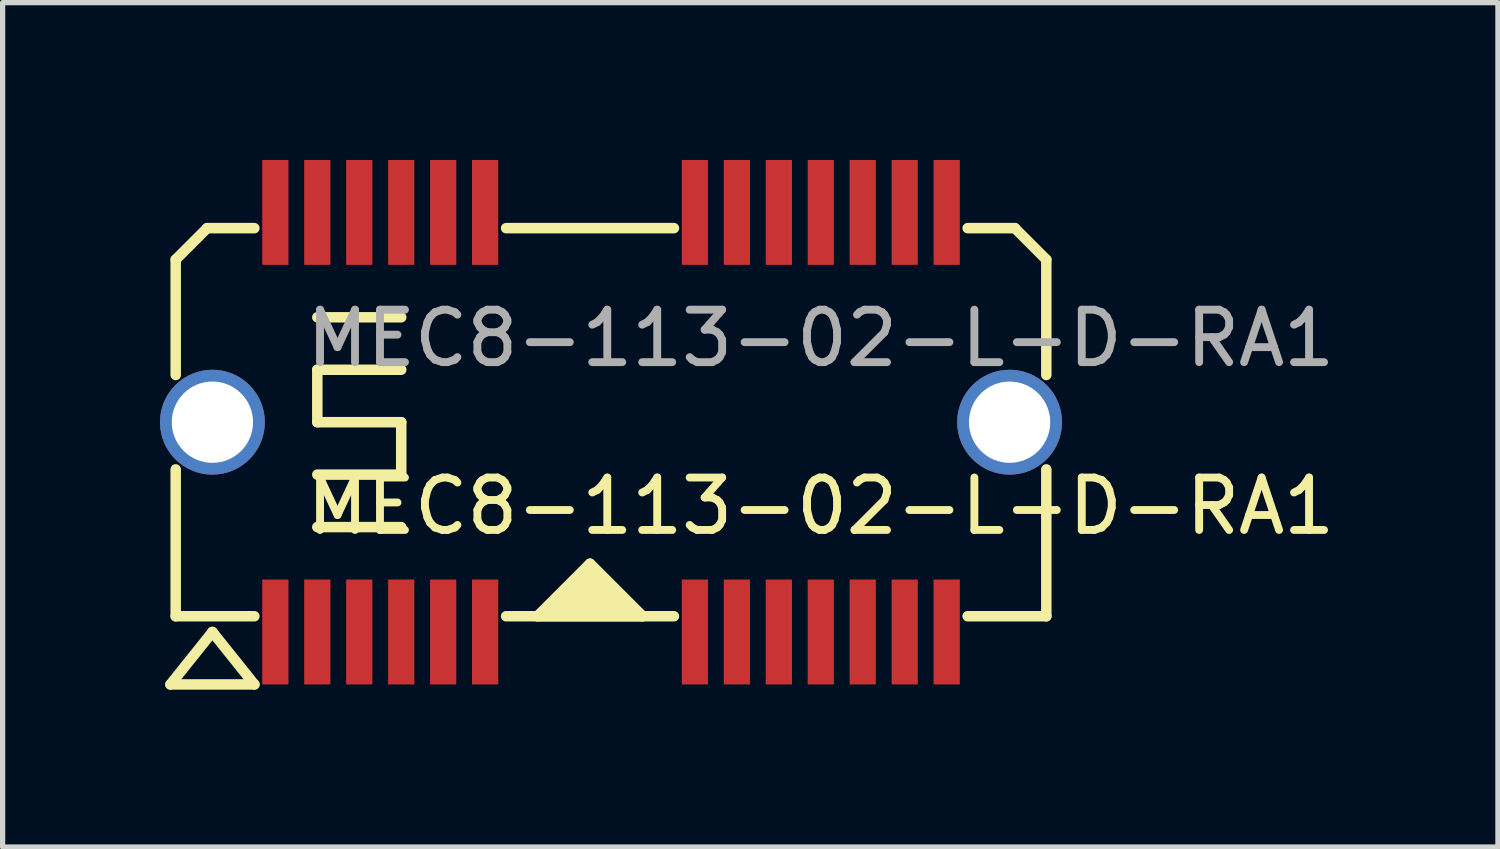
<source format=kicad_pcb>
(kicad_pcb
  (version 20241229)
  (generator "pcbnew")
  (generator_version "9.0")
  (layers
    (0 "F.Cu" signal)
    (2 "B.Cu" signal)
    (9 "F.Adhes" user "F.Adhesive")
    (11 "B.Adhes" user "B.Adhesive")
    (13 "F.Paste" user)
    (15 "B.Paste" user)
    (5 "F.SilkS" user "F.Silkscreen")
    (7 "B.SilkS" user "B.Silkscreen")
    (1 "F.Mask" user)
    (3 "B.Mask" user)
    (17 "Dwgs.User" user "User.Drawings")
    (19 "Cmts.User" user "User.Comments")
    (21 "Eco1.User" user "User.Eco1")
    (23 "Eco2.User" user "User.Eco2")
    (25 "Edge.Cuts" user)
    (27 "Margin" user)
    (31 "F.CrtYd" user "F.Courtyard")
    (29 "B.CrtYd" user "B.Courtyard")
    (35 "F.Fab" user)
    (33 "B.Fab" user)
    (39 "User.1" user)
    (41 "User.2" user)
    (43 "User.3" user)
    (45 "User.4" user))
  (footprint "MEC8-113-02-L-D-RA1"
    (layer "F.Cu")
    (at 8.6 5)
    (property "Reference" "MEC8-113-02-L-D-RA1" (at 4 1.6 0) (unlocked yes) (layer "F.SilkS") (effects (font (size 1 1) (thickness 0.15))))
    (attr smd)
    (fp_line (start -8.4 5) (end -6.8 5) (stroke (width 0.2) (type solid)) (layer "F.SilkS"))
    (fp_line (start -8.3 -3.1) (end -8.3 -0.9) (stroke (width 0.2) (type solid)) (layer "F.SilkS"))
    (fp_line (start -8.3 3.7) (end -8.3 0.9) (stroke (width 0.2) (type solid)) (layer "F.SilkS"))
    (fp_line (start -8.3 3.7) (end -6.8 3.7) (stroke (width 0.2) (type solid)) (layer "F.SilkS"))
    (fp_line (start -7.7 -3.7) (end -8.3 -3.1) (stroke (width 0.2) (type solid)) (layer "F.SilkS"))
    (fp_line (start -7.7 -3.7) (end -6.8 -3.7) (stroke (width 0.2) (type solid)) (layer "F.SilkS"))
    (fp_line (start -7.6 4) (end -8.4 5) (stroke (width 0.2) (type solid)) (layer "F.SilkS"))
    (fp_line (start -6.8 5) (end -7.6 4) (stroke (width 0.2) (type solid)) (layer "F.SilkS"))
    (fp_line (start -5.6 -2) (end -4 -2) (stroke (width 0.2) (type solid)) (layer "F.SilkS"))
    (fp_line (start -5.6 -1) (end -5.6 0) (stroke (width 0.2) (type solid)) (layer "F.SilkS"))
    (fp_line (start -5.6 0) (end -4 0) (stroke (width 0.2) (type solid)) (layer "F.SilkS"))
    (fp_line (start -5.6 2) (end -4 2) (stroke (width 0.2) (type solid)) (layer "F.SilkS"))
    (fp_line (start -4 -1) (end -5.6 -1) (stroke (width 0.2) (type solid)) (layer "F.SilkS"))
    (fp_line (start -4 0) (end -4 1) (stroke (width 0.2) (type solid)) (layer "F.SilkS"))
    (fp_line (start -4 1) (end -5.6 1) (stroke (width 0.2) (type solid)) (layer "F.SilkS"))
    (fp_line (start -2 -3.7) (end 1.2 -3.7) (stroke (width 0.2) (type solid)) (layer "F.SilkS"))
    (fp_line (start -2 3.7) (end 1.2 3.7) (stroke (width 0.2) (type solid)) (layer "F.SilkS"))
    (fp_line (start -0.4 2.7) (end -1.4 3.7) (stroke (width 0.2) (type solid)) (layer "F.SilkS"))
    (fp_line (start -0.4 2.7) (end 0.6 3.7) (stroke (width 0.2) (type solid)) (layer "F.SilkS"))
    (fp_line (start 7.7 -3.7) (end 6.8 -3.7) (stroke (width 0.2) (type solid)) (layer "F.SilkS"))
    (fp_line (start 7.7 -3.7) (end 8.3 -3.1) (stroke (width 0.2) (type solid)) (layer "F.SilkS"))
    (fp_line (start 8.3 -3.1) (end 8.3 -0.9) (stroke (width 0.2) (type solid)) (layer "F.SilkS"))
    (fp_line (start 8.3 3.7) (end 6.8 3.7) (stroke (width 0.2) (type solid)) (layer "F.SilkS"))
    (fp_line (start 8.3 3.7) (end 8.3 0.9) (stroke (width 0.2) (type solid)) (layer "F.SilkS"))
    (fp_poly (pts (xy 0.6 3.7) (xy -1.4 3.7) (xy -0.4 2.7)) (stroke (width 0.2) (type solid)) (fill yes) (layer "F.SilkS"))
    (fp_text user "${REFERENCE}" (at 4 -1.6 0) (unlocked yes) (layer "F.Fab") (effects (font (size 1 1) (thickness 0.15))))
    (pad "A1" smd rect (at -6.4 4) (size 0.5 2) (layers "F.Cu" "F.Mask" "F.Paste"))
    (pad "A2" smd rect (at -5.6 4) (size 0.5 2) (layers "F.Cu" "F.Mask" "F.Paste"))
    (pad "A3" smd rect (at -4.8 4) (size 0.5 2) (layers "F.Cu" "F.Mask" "F.Paste"))
    (pad "A4" smd rect (at -4 4) (size 0.5 2) (layers "F.Cu" "F.Mask" "F.Paste"))
    (pad "A5" smd rect (at -3.2 4) (size 0.5 2) (layers "F.Cu" "F.Mask" "F.Paste"))
    (pad "A6" smd rect (at -2.4 4) (size 0.5 2) (layers "F.Cu" "F.Mask" "F.Paste"))
    (pad "A7" smd rect (at 1.6 4) (size 0.5 2) (layers "F.Cu" "F.Mask" "F.Paste"))
    (pad "A8" smd rect (at 2.4 4) (size 0.5 2) (layers "F.Cu" "F.Mask" "F.Paste"))
    (pad "A9" smd rect (at 3.2 4) (size 0.5 2) (layers "F.Cu" "F.Mask" "F.Paste"))
    (pad "A10" smd rect (at 4 4) (size 0.5 2) (layers "F.Cu" "F.Mask" "F.Paste"))
    (pad "A11" smd rect (at 4.8 4) (size 0.5 2) (layers "F.Cu" "F.Mask" "F.Paste"))
    (pad "A12" smd rect (at 5.6 4) (size 0.5 2) (layers "F.Cu" "F.Mask" "F.Paste"))
    (pad "A13" smd rect (at 6.4 4) (size 0.5 2) (layers "F.Cu" "F.Mask" "F.Paste"))
    (pad "B1" smd rect (at -6.4 -4) (size 0.5 2) (layers "F.Cu" "F.Mask" "F.Paste"))
    (pad "B2" smd rect (at -5.6 -4) (size 0.5 2) (layers "F.Cu" "F.Mask" "F.Paste"))
    (pad "B3" smd rect (at -4.8 -4) (size 0.5 2) (layers "F.Cu" "F.Mask" "F.Paste"))
    (pad "B4" smd rect (at -4 -4) (size 0.5 2) (layers "F.Cu" "F.Mask" "F.Paste"))
    (pad "B5" smd rect (at -3.2 -4) (size 0.5 2) (layers "F.Cu" "F.Mask" "F.Paste"))
    (pad "B6" smd rect (at -2.4 -4) (size 0.5 2) (layers "F.Cu" "F.Mask" "F.Paste"))
    (pad "B7" smd rect (at 1.6 -4) (size 0.5 2) (layers "F.Cu" "F.Mask" "F.Paste"))
    (pad "B8" smd rect (at 2.4 -4) (size 0.5 2) (layers "F.Cu" "F.Mask" "F.Paste"))
    (pad "B9" smd rect (at 3.2 -4) (size 0.5 2) (layers "F.Cu" "F.Mask" "F.Paste"))
    (pad "B10" smd rect (at 4 -4) (size 0.5 2) (layers "F.Cu" "F.Mask" "F.Paste"))
    (pad "B11" smd rect (at 4.8 -4) (size 0.5 2) (layers "F.Cu" "F.Mask" "F.Paste"))
    (pad "B12" smd rect (at 5.6 -4) (size 0.5 2) (layers "F.Cu" "F.Mask" "F.Paste"))
    (pad "B13" smd rect (at 6.4 -4) (size 0.5 2) (layers "F.Cu" "F.Mask" "F.Paste"))
    (pad "MP" thru_hole circle (at -7.6 0) (size 2 2) (drill 1.55) (layers "*.Cu" "*.Mask"))
    (pad "MP" thru_hole circle (at 7.6 0) (size 2 2) (drill 1.55) (layers "*.Cu" "*.Mask")))
  (gr_rect
    (start -3 -3)
    (end 25.511 13.1)
    (stroke (width 0.1) (type default))
    (fill no)
    (layer "Edge.Cuts")))
</source>
